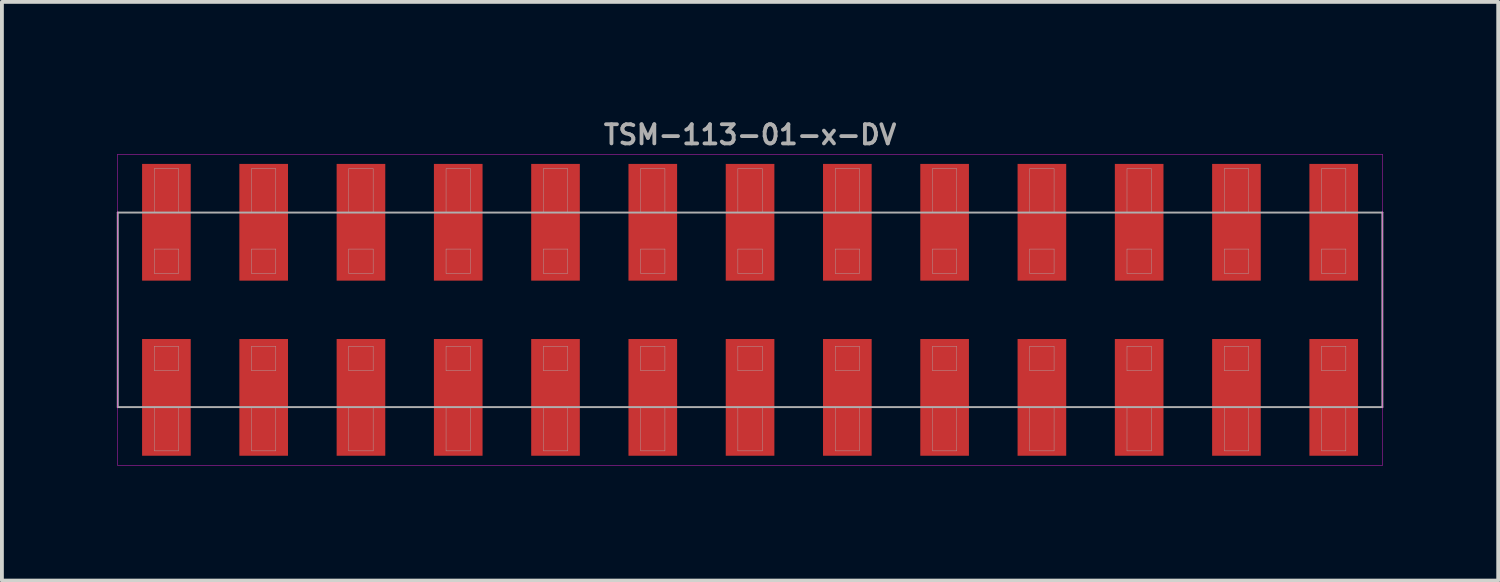
<source format=kicad_pcb>
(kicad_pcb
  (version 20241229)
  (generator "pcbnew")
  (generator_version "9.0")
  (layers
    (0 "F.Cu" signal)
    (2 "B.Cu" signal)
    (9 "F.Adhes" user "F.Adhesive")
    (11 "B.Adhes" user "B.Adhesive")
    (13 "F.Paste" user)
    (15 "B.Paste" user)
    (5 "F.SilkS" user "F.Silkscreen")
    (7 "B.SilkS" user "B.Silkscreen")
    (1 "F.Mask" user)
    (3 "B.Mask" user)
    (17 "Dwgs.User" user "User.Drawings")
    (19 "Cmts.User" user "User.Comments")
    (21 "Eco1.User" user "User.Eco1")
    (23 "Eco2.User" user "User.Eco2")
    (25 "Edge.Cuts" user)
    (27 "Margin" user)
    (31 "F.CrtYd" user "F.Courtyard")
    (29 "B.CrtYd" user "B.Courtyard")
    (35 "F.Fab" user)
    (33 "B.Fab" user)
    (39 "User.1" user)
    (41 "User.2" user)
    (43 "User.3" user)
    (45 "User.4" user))
  (footprint "TSM-113-01-x-DV"
    (layer "F.Cu")
    (at 16.535 5.04)
    (property "Reference" "TSM-113-01-x-DV" (at 0 -4.572 0) (layer "F.Fab") (effects (font (size 0.5 0.5) (thickness 0.1))))
    (attr smd)
    (fp_line (start -16.51 -4.064) (end -16.51 4.064) (stroke (width 0.01) (type solid)) (layer "F.CrtYd"))
    (fp_line (start -16.51 4.064) (end 16.51 4.064) (stroke (width 0.01) (type solid)) (layer "F.CrtYd"))
    (fp_line (start 16.51 -4.064) (end -16.51 -4.064) (stroke (width 0.01) (type solid)) (layer "F.CrtYd"))
    (fp_line (start 16.51 4.064) (end 16.51 -4.064) (stroke (width 0.01) (type solid)) (layer "F.CrtYd"))
    (fp_line (start -16.51 -2.54) (end 16.51 -2.54) (stroke (width 0.05) (type solid)) (layer "F.Fab"))
    (fp_line (start -16.51 2.54) (end -16.51 -2.54) (stroke (width 0.05) (type solid)) (layer "F.Fab"))
    (fp_line (start -15.557 -3.683) (end -14.922 -3.683) (stroke (width 0.01) (type solid)) (layer "F.Fab"))
    (fp_line (start -15.557 -2.54) (end -15.557 -3.683) (stroke (width 0.01) (type solid)) (layer "F.Fab"))
    (fp_line (start -15.557 -1.587) (end -15.557 -0.953) (stroke (width 0.01) (type solid)) (layer "F.Fab"))
    (fp_line (start -15.557 -0.953) (end -14.922 -0.953) (stroke (width 0.01) (type solid)) (layer "F.Fab"))
    (fp_line (start -15.557 0.953) (end -15.557 1.587) (stroke (width 0.01) (type solid)) (layer "F.Fab"))
    (fp_line (start -15.557 1.587) (end -14.922 1.587) (stroke (width 0.01) (type solid)) (layer "F.Fab"))
    (fp_line (start -15.557 3.683) (end -15.557 2.54) (stroke (width 0.01) (type solid)) (layer "F.Fab"))
    (fp_line (start -14.922 -3.683) (end -14.922 -2.54) (stroke (width 0.01) (type solid)) (layer "F.Fab"))
    (fp_line (start -14.922 -1.587) (end -15.557 -1.587) (stroke (width 0.01) (type solid)) (layer "F.Fab"))
    (fp_line (start -14.922 -0.953) (end -14.922 -1.587) (stroke (width 0.01) (type solid)) (layer "F.Fab"))
    (fp_line (start -14.922 0.953) (end -15.557 0.953) (stroke (width 0.01) (type solid)) (layer "F.Fab"))
    (fp_line (start -14.922 1.587) (end -14.922 0.953) (stroke (width 0.01) (type solid)) (layer "F.Fab"))
    (fp_line (start -14.922 2.54) (end -14.922 3.683) (stroke (width 0.01) (type solid)) (layer "F.Fab"))
    (fp_line (start -14.922 3.683) (end -15.557 3.683) (stroke (width 0.01) (type solid)) (layer "F.Fab"))
    (fp_line (start -13.018 -3.683) (end -12.383 -3.683) (stroke (width 0.01) (type solid)) (layer "F.Fab"))
    (fp_line (start -13.018 -2.54) (end -13.018 -3.683) (stroke (width 0.01) (type solid)) (layer "F.Fab"))
    (fp_line (start -13.018 -1.587) (end -13.018 -0.953) (stroke (width 0.01) (type solid)) (layer "F.Fab"))
    (fp_line (start -13.018 -0.953) (end -12.383 -0.953) (stroke (width 0.01) (type solid)) (layer "F.Fab"))
    (fp_line (start -13.018 0.953) (end -13.018 1.587) (stroke (width 0.01) (type solid)) (layer "F.Fab"))
    (fp_line (start -13.018 1.587) (end -12.383 1.587) (stroke (width 0.01) (type solid)) (layer "F.Fab"))
    (fp_line (start -13.018 3.683) (end -13.018 2.54) (stroke (width 0.01) (type solid)) (layer "F.Fab"))
    (fp_line (start -12.383 -3.683) (end -12.383 -2.54) (stroke (width 0.01) (type solid)) (layer "F.Fab"))
    (fp_line (start -12.383 -1.587) (end -13.018 -1.587) (stroke (width 0.01) (type solid)) (layer "F.Fab"))
    (fp_line (start -12.383 -0.953) (end -12.383 -1.587) (stroke (width 0.01) (type solid)) (layer "F.Fab"))
    (fp_line (start -12.383 0.953) (end -13.018 0.953) (stroke (width 0.01) (type solid)) (layer "F.Fab"))
    (fp_line (start -12.383 1.587) (end -12.383 0.953) (stroke (width 0.01) (type solid)) (layer "F.Fab"))
    (fp_line (start -12.383 2.54) (end -12.383 3.683) (stroke (width 0.01) (type solid)) (layer "F.Fab"))
    (fp_line (start -12.383 3.683) (end -13.018 3.683) (stroke (width 0.01) (type solid)) (layer "F.Fab"))
    (fp_line (start -10.477 -3.683) (end -9.842 -3.683) (stroke (width 0.01) (type solid)) (layer "F.Fab"))
    (fp_line (start -10.477 -2.54) (end -10.477 -3.683) (stroke (width 0.01) (type solid)) (layer "F.Fab"))
    (fp_line (start -10.477 -1.587) (end -10.477 -0.953) (stroke (width 0.01) (type solid)) (layer "F.Fab"))
    (fp_line (start -10.477 -0.953) (end -9.842 -0.953) (stroke (width 0.01) (type solid)) (layer "F.Fab"))
    (fp_line (start -10.477 0.953) (end -10.477 1.587) (stroke (width 0.01) (type solid)) (layer "F.Fab"))
    (fp_line (start -10.477 1.587) (end -9.842 1.587) (stroke (width 0.01) (type solid)) (layer "F.Fab"))
    (fp_line (start -10.477 3.683) (end -10.477 2.54) (stroke (width 0.01) (type solid)) (layer "F.Fab"))
    (fp_line (start -9.842 -3.683) (end -9.842 -2.54) (stroke (width 0.01) (type solid)) (layer "F.Fab"))
    (fp_line (start -9.842 -1.587) (end -10.477 -1.587) (stroke (width 0.01) (type solid)) (layer "F.Fab"))
    (fp_line (start -9.842 -0.953) (end -9.842 -1.587) (stroke (width 0.01) (type solid)) (layer "F.Fab"))
    (fp_line (start -9.842 0.953) (end -10.477 0.953) (stroke (width 0.01) (type solid)) (layer "F.Fab"))
    (fp_line (start -9.842 1.587) (end -9.842 0.953) (stroke (width 0.01) (type solid)) (layer "F.Fab"))
    (fp_line (start -9.842 2.54) (end -9.842 3.683) (stroke (width 0.01) (type solid)) (layer "F.Fab"))
    (fp_line (start -9.842 3.683) (end -10.477 3.683) (stroke (width 0.01) (type solid)) (layer "F.Fab"))
    (fp_line (start -7.938 -3.683) (end -7.303 -3.683) (stroke (width 0.01) (type solid)) (layer "F.Fab"))
    (fp_line (start -7.938 -2.54) (end -7.938 -3.683) (stroke (width 0.01) (type solid)) (layer "F.Fab"))
    (fp_line (start -7.938 -1.587) (end -7.938 -0.953) (stroke (width 0.01) (type solid)) (layer "F.Fab"))
    (fp_line (start -7.938 -0.953) (end -7.303 -0.953) (stroke (width 0.01) (type solid)) (layer "F.Fab"))
    (fp_line (start -7.938 0.953) (end -7.938 1.587) (stroke (width 0.01) (type solid)) (layer "F.Fab"))
    (fp_line (start -7.938 1.587) (end -7.303 1.587) (stroke (width 0.01) (type solid)) (layer "F.Fab"))
    (fp_line (start -7.938 3.683) (end -7.938 2.54) (stroke (width 0.01) (type solid)) (layer "F.Fab"))
    (fp_line (start -7.303 -3.683) (end -7.303 -2.54) (stroke (width 0.01) (type solid)) (layer "F.Fab"))
    (fp_line (start -7.303 -1.587) (end -7.938 -1.587) (stroke (width 0.01) (type solid)) (layer "F.Fab"))
    (fp_line (start -7.303 -0.953) (end -7.303 -1.587) (stroke (width 0.01) (type solid)) (layer "F.Fab"))
    (fp_line (start -7.303 0.953) (end -7.938 0.953) (stroke (width 0.01) (type solid)) (layer "F.Fab"))
    (fp_line (start -7.303 1.587) (end -7.303 0.953) (stroke (width 0.01) (type solid)) (layer "F.Fab"))
    (fp_line (start -7.303 2.54) (end -7.303 3.683) (stroke (width 0.01) (type solid)) (layer "F.Fab"))
    (fp_line (start -7.303 3.683) (end -7.938 3.683) (stroke (width 0.01) (type solid)) (layer "F.Fab"))
    (fp_line (start -5.397 -3.683) (end -4.763 -3.683) (stroke (width 0.01) (type solid)) (layer "F.Fab"))
    (fp_line (start -5.397 -2.54) (end -5.397 -3.683) (stroke (width 0.01) (type solid)) (layer "F.Fab"))
    (fp_line (start -5.397 -1.587) (end -5.397 -0.953) (stroke (width 0.01) (type solid)) (layer "F.Fab"))
    (fp_line (start -5.397 -0.953) (end -4.763 -0.953) (stroke (width 0.01) (type solid)) (layer "F.Fab"))
    (fp_line (start -5.397 0.953) (end -5.397 1.587) (stroke (width 0.01) (type solid)) (layer "F.Fab"))
    (fp_line (start -5.397 1.587) (end -4.763 1.587) (stroke (width 0.01) (type solid)) (layer "F.Fab"))
    (fp_line (start -5.397 3.683) (end -5.397 2.54) (stroke (width 0.01) (type solid)) (layer "F.Fab"))
    (fp_line (start -4.763 -3.683) (end -4.763 -2.54) (stroke (width 0.01) (type solid)) (layer "F.Fab"))
    (fp_line (start -4.763 -1.587) (end -5.397 -1.587) (stroke (width 0.01) (type solid)) (layer "F.Fab"))
    (fp_line (start -4.763 -0.953) (end -4.763 -1.587) (stroke (width 0.01) (type solid)) (layer "F.Fab"))
    (fp_line (start -4.763 0.953) (end -5.397 0.953) (stroke (width 0.01) (type solid)) (layer "F.Fab"))
    (fp_line (start -4.763 1.587) (end -4.763 0.953) (stroke (width 0.01) (type solid)) (layer "F.Fab"))
    (fp_line (start -4.763 2.54) (end -4.763 3.683) (stroke (width 0.01) (type solid)) (layer "F.Fab"))
    (fp_line (start -4.763 3.683) (end -5.397 3.683) (stroke (width 0.01) (type solid)) (layer "F.Fab"))
    (fp_line (start -2.857 -3.683) (end -2.223 -3.683) (stroke (width 0.01) (type solid)) (layer "F.Fab"))
    (fp_line (start -2.857 -2.54) (end -2.857 -3.683) (stroke (width 0.01) (type solid)) (layer "F.Fab"))
    (fp_line (start -2.857 -1.587) (end -2.857 -0.953) (stroke (width 0.01) (type solid)) (layer "F.Fab"))
    (fp_line (start -2.857 -0.953) (end -2.223 -0.953) (stroke (width 0.01) (type solid)) (layer "F.Fab"))
    (fp_line (start -2.857 0.953) (end -2.857 1.587) (stroke (width 0.01) (type solid)) (layer "F.Fab"))
    (fp_line (start -2.857 1.587) (end -2.223 1.587) (stroke (width 0.01) (type solid)) (layer "F.Fab"))
    (fp_line (start -2.857 3.683) (end -2.857 2.54) (stroke (width 0.01) (type solid)) (layer "F.Fab"))
    (fp_line (start -2.223 -3.683) (end -2.223 -2.54) (stroke (width 0.01) (type solid)) (layer "F.Fab"))
    (fp_line (start -2.223 -1.587) (end -2.857 -1.587) (stroke (width 0.01) (type solid)) (layer "F.Fab"))
    (fp_line (start -2.223 -0.953) (end -2.223 -1.587) (stroke (width 0.01) (type solid)) (layer "F.Fab"))
    (fp_line (start -2.223 0.953) (end -2.857 0.953) (stroke (width 0.01) (type solid)) (layer "F.Fab"))
    (fp_line (start -2.223 1.587) (end -2.223 0.953) (stroke (width 0.01) (type solid)) (layer "F.Fab"))
    (fp_line (start -2.223 2.54) (end -2.223 3.683) (stroke (width 0.01) (type solid)) (layer "F.Fab"))
    (fp_line (start -2.223 3.683) (end -2.857 3.683) (stroke (width 0.01) (type solid)) (layer "F.Fab"))
    (fp_line (start -0.318 -3.683) (end 0.318 -3.683) (stroke (width 0.01) (type solid)) (layer "F.Fab"))
    (fp_line (start -0.318 -2.54) (end -0.318 -3.683) (stroke (width 0.01) (type solid)) (layer "F.Fab"))
    (fp_line (start -0.318 -1.587) (end -0.318 -0.953) (stroke (width 0.01) (type solid)) (layer "F.Fab"))
    (fp_line (start -0.318 -0.953) (end 0.318 -0.953) (stroke (width 0.01) (type solid)) (layer "F.Fab"))
    (fp_line (start -0.318 0.953) (end -0.318 1.587) (stroke (width 0.01) (type solid)) (layer "F.Fab"))
    (fp_line (start -0.318 1.587) (end 0.318 1.587) (stroke (width 0.01) (type solid)) (layer "F.Fab"))
    (fp_line (start -0.318 3.683) (end -0.318 2.54) (stroke (width 0.01) (type solid)) (layer "F.Fab"))
    (fp_line (start 0.318 -3.683) (end 0.318 -2.54) (stroke (width 0.01) (type solid)) (layer "F.Fab"))
    (fp_line (start 0.318 -1.587) (end -0.318 -1.587) (stroke (width 0.01) (type solid)) (layer "F.Fab"))
    (fp_line (start 0.318 -0.953) (end 0.318 -1.587) (stroke (width 0.01) (type solid)) (layer "F.Fab"))
    (fp_line (start 0.318 0.953) (end -0.318 0.953) (stroke (width 0.01) (type solid)) (layer "F.Fab"))
    (fp_line (start 0.318 1.587) (end 0.318 0.953) (stroke (width 0.01) (type solid)) (layer "F.Fab"))
    (fp_line (start 0.318 2.54) (end 0.318 3.683) (stroke (width 0.01) (type solid)) (layer "F.Fab"))
    (fp_line (start 0.318 3.683) (end -0.318 3.683) (stroke (width 0.01) (type solid)) (layer "F.Fab"))
    (fp_line (start 2.223 -3.683) (end 2.857 -3.683) (stroke (width 0.01) (type solid)) (layer "F.Fab"))
    (fp_line (start 2.223 -2.54) (end 2.223 -3.683) (stroke (width 0.01) (type solid)) (layer "F.Fab"))
    (fp_line (start 2.223 -1.587) (end 2.223 -0.953) (stroke (width 0.01) (type solid)) (layer "F.Fab"))
    (fp_line (start 2.223 -0.953) (end 2.857 -0.953) (stroke (width 0.01) (type solid)) (layer "F.Fab"))
    (fp_line (start 2.223 0.953) (end 2.223 1.587) (stroke (width 0.01) (type solid)) (layer "F.Fab"))
    (fp_line (start 2.223 1.587) (end 2.857 1.587) (stroke (width 0.01) (type solid)) (layer "F.Fab"))
    (fp_line (start 2.223 3.683) (end 2.223 2.54) (stroke (width 0.01) (type solid)) (layer "F.Fab"))
    (fp_line (start 2.857 -3.683) (end 2.857 -2.54) (stroke (width 0.01) (type solid)) (layer "F.Fab"))
    (fp_line (start 2.857 -1.587) (end 2.223 -1.587) (stroke (width 0.01) (type solid)) (layer "F.Fab"))
    (fp_line (start 2.857 -0.953) (end 2.857 -1.587) (stroke (width 0.01) (type solid)) (layer "F.Fab"))
    (fp_line (start 2.857 0.953) (end 2.223 0.953) (stroke (width 0.01) (type solid)) (layer "F.Fab"))
    (fp_line (start 2.857 1.587) (end 2.857 0.953) (stroke (width 0.01) (type solid)) (layer "F.Fab"))
    (fp_line (start 2.857 2.54) (end 2.857 3.683) (stroke (width 0.01) (type solid)) (layer "F.Fab"))
    (fp_line (start 2.857 3.683) (end 2.223 3.683) (stroke (width 0.01) (type solid)) (layer "F.Fab"))
    (fp_line (start 4.763 -3.683) (end 5.397 -3.683) (stroke (width 0.01) (type solid)) (layer "F.Fab"))
    (fp_line (start 4.763 -2.54) (end 4.763 -3.683) (stroke (width 0.01) (type solid)) (layer "F.Fab"))
    (fp_line (start 4.763 -1.587) (end 4.763 -0.953) (stroke (width 0.01) (type solid)) (layer "F.Fab"))
    (fp_line (start 4.763 -0.953) (end 5.397 -0.953) (stroke (width 0.01) (type solid)) (layer "F.Fab"))
    (fp_line (start 4.763 0.953) (end 4.763 1.587) (stroke (width 0.01) (type solid)) (layer "F.Fab"))
    (fp_line (start 4.763 1.587) (end 5.397 1.587) (stroke (width 0.01) (type solid)) (layer "F.Fab"))
    (fp_line (start 4.763 3.683) (end 4.763 2.54) (stroke (width 0.01) (type solid)) (layer "F.Fab"))
    (fp_line (start 5.397 -3.683) (end 5.397 -2.54) (stroke (width 0.01) (type solid)) (layer "F.Fab"))
    (fp_line (start 5.397 -1.587) (end 4.763 -1.587) (stroke (width 0.01) (type solid)) (layer "F.Fab"))
    (fp_line (start 5.397 -0.953) (end 5.397 -1.587) (stroke (width 0.01) (type solid)) (layer "F.Fab"))
    (fp_line (start 5.397 0.953) (end 4.763 0.953) (stroke (width 0.01) (type solid)) (layer "F.Fab"))
    (fp_line (start 5.397 1.587) (end 5.397 0.953) (stroke (width 0.01) (type solid)) (layer "F.Fab"))
    (fp_line (start 5.397 2.54) (end 5.397 3.683) (stroke (width 0.01) (type solid)) (layer "F.Fab"))
    (fp_line (start 5.397 3.683) (end 4.763 3.683) (stroke (width 0.01) (type solid)) (layer "F.Fab"))
    (fp_line (start 7.303 -3.683) (end 7.938 -3.683) (stroke (width 0.01) (type solid)) (layer "F.Fab"))
    (fp_line (start 7.303 -2.54) (end 7.303 -3.683) (stroke (width 0.01) (type solid)) (layer "F.Fab"))
    (fp_line (start 7.303 -1.587) (end 7.303 -0.953) (stroke (width 0.01) (type solid)) (layer "F.Fab"))
    (fp_line (start 7.303 -0.953) (end 7.938 -0.953) (stroke (width 0.01) (type solid)) (layer "F.Fab"))
    (fp_line (start 7.303 0.953) (end 7.303 1.587) (stroke (width 0.01) (type solid)) (layer "F.Fab"))
    (fp_line (start 7.303 1.587) (end 7.938 1.587) (stroke (width 0.01) (type solid)) (layer "F.Fab"))
    (fp_line (start 7.303 3.683) (end 7.303 2.54) (stroke (width 0.01) (type solid)) (layer "F.Fab"))
    (fp_line (start 7.938 -3.683) (end 7.938 -2.54) (stroke (width 0.01) (type solid)) (layer "F.Fab"))
    (fp_line (start 7.938 -1.587) (end 7.303 -1.587) (stroke (width 0.01) (type solid)) (layer "F.Fab"))
    (fp_line (start 7.938 -0.953) (end 7.938 -1.587) (stroke (width 0.01) (type solid)) (layer "F.Fab"))
    (fp_line (start 7.938 0.953) (end 7.303 0.953) (stroke (width 0.01) (type solid)) (layer "F.Fab"))
    (fp_line (start 7.938 1.587) (end 7.938 0.953) (stroke (width 0.01) (type solid)) (layer "F.Fab"))
    (fp_line (start 7.938 2.54) (end 7.938 3.683) (stroke (width 0.01) (type solid)) (layer "F.Fab"))
    (fp_line (start 7.938 3.683) (end 7.303 3.683) (stroke (width 0.01) (type solid)) (layer "F.Fab"))
    (fp_line (start 9.842 -3.683) (end 10.477 -3.683) (stroke (width 0.01) (type solid)) (layer "F.Fab"))
    (fp_line (start 9.842 -2.54) (end 9.842 -3.683) (stroke (width 0.01) (type solid)) (layer "F.Fab"))
    (fp_line (start 9.842 -1.587) (end 9.842 -0.953) (stroke (width 0.01) (type solid)) (layer "F.Fab"))
    (fp_line (start 9.842 -0.953) (end 10.477 -0.953) (stroke (width 0.01) (type solid)) (layer "F.Fab"))
    (fp_line (start 9.842 0.953) (end 9.842 1.587) (stroke (width 0.01) (type solid)) (layer "F.Fab"))
    (fp_line (start 9.842 1.587) (end 10.477 1.587) (stroke (width 0.01) (type solid)) (layer "F.Fab"))
    (fp_line (start 9.842 3.683) (end 9.842 2.54) (stroke (width 0.01) (type solid)) (layer "F.Fab"))
    (fp_line (start 10.477 -3.683) (end 10.477 -2.54) (stroke (width 0.01) (type solid)) (layer "F.Fab"))
    (fp_line (start 10.477 -1.587) (end 9.842 -1.587) (stroke (width 0.01) (type solid)) (layer "F.Fab"))
    (fp_line (start 10.477 -0.953) (end 10.477 -1.587) (stroke (width 0.01) (type solid)) (layer "F.Fab"))
    (fp_line (start 10.477 0.953) (end 9.842 0.953) (stroke (width 0.01) (type solid)) (layer "F.Fab"))
    (fp_line (start 10.477 1.587) (end 10.477 0.953) (stroke (width 0.01) (type solid)) (layer "F.Fab"))
    (fp_line (start 10.477 2.54) (end 10.477 3.683) (stroke (width 0.01) (type solid)) (layer "F.Fab"))
    (fp_line (start 10.477 3.683) (end 9.842 3.683) (stroke (width 0.01) (type solid)) (layer "F.Fab"))
    (fp_line (start 12.383 -3.683) (end 13.018 -3.683) (stroke (width 0.01) (type solid)) (layer "F.Fab"))
    (fp_line (start 12.383 -2.54) (end 12.383 -3.683) (stroke (width 0.01) (type solid)) (layer "F.Fab"))
    (fp_line (start 12.383 -1.587) (end 12.383 -0.953) (stroke (width 0.01) (type solid)) (layer "F.Fab"))
    (fp_line (start 12.383 -0.953) (end 13.018 -0.953) (stroke (width 0.01) (type solid)) (layer "F.Fab"))
    (fp_line (start 12.383 0.953) (end 12.383 1.587) (stroke (width 0.01) (type solid)) (layer "F.Fab"))
    (fp_line (start 12.383 1.587) (end 13.018 1.587) (stroke (width 0.01) (type solid)) (layer "F.Fab"))
    (fp_line (start 12.383 3.683) (end 12.383 2.54) (stroke (width 0.01) (type solid)) (layer "F.Fab"))
    (fp_line (start 13.018 -3.683) (end 13.018 -2.54) (stroke (width 0.01) (type solid)) (layer "F.Fab"))
    (fp_line (start 13.018 -1.587) (end 12.383 -1.587) (stroke (width 0.01) (type solid)) (layer "F.Fab"))
    (fp_line (start 13.018 -0.953) (end 13.018 -1.587) (stroke (width 0.01) (type solid)) (layer "F.Fab"))
    (fp_line (start 13.018 0.953) (end 12.383 0.953) (stroke (width 0.01) (type solid)) (layer "F.Fab"))
    (fp_line (start 13.018 1.587) (end 13.018 0.953) (stroke (width 0.01) (type solid)) (layer "F.Fab"))
    (fp_line (start 13.018 2.54) (end 13.018 3.683) (stroke (width 0.01) (type solid)) (layer "F.Fab"))
    (fp_line (start 13.018 3.683) (end 12.383 3.683) (stroke (width 0.01) (type solid)) (layer "F.Fab"))
    (fp_line (start 14.922 -3.683) (end 15.557 -3.683) (stroke (width 0.01) (type solid)) (layer "F.Fab"))
    (fp_line (start 14.922 -2.54) (end 14.922 -3.683) (stroke (width 0.01) (type solid)) (layer "F.Fab"))
    (fp_line (start 14.922 -1.587) (end 14.922 -0.953) (stroke (width 0.01) (type solid)) (layer "F.Fab"))
    (fp_line (start 14.922 -0.953) (end 15.557 -0.953) (stroke (width 0.01) (type solid)) (layer "F.Fab"))
    (fp_line (start 14.922 0.953) (end 14.922 1.587) (stroke (width 0.01) (type solid)) (layer "F.Fab"))
    (fp_line (start 14.922 1.587) (end 15.557 1.587) (stroke (width 0.01) (type solid)) (layer "F.Fab"))
    (fp_line (start 14.922 3.683) (end 14.922 2.54) (stroke (width 0.01) (type solid)) (layer "F.Fab"))
    (fp_line (start 15.557 -3.683) (end 15.557 -2.54) (stroke (width 0.01) (type solid)) (layer "F.Fab"))
    (fp_line (start 15.557 -1.587) (end 14.922 -1.587) (stroke (width 0.01) (type solid)) (layer "F.Fab"))
    (fp_line (start 15.557 -0.953) (end 15.557 -1.587) (stroke (width 0.01) (type solid)) (layer "F.Fab"))
    (fp_line (start 15.557 0.953) (end 14.922 0.953) (stroke (width 0.01) (type solid)) (layer "F.Fab"))
    (fp_line (start 15.557 1.587) (end 15.557 0.953) (stroke (width 0.01) (type solid)) (layer "F.Fab"))
    (fp_line (start 15.557 2.54) (end 15.557 3.683) (stroke (width 0.01) (type solid)) (layer "F.Fab"))
    (fp_line (start 15.557 3.683) (end 14.922 3.683) (stroke (width 0.01) (type solid)) (layer "F.Fab"))
    (fp_line (start 16.51 -2.54) (end 16.51 2.54) (stroke (width 0.05) (type solid)) (layer "F.Fab"))
    (fp_line (start 16.51 2.54) (end -16.51 2.54) (stroke (width 0.05) (type solid)) (layer "F.Fab"))
    (pad "1" smd rect (at -15.24 2.286) (size 1.27 3.048) (layers "F.Cu" "F.Mask" "F.Paste"))
    (pad "2" smd rect (at -15.24 -2.286) (size 1.27 3.048) (layers "F.Cu" "F.Mask" "F.Paste"))
    (pad "3" smd rect (at -12.7 2.286) (size 1.27 3.048) (layers "F.Cu" "F.Mask" "F.Paste"))
    (pad "4" smd rect (at -12.7 -2.286) (size 1.27 3.048) (layers "F.Cu" "F.Mask" "F.Paste"))
    (pad "5" smd rect (at -10.16 2.286) (size 1.27 3.048) (layers "F.Cu" "F.Mask" "F.Paste"))
    (pad "6" smd rect (at -10.16 -2.286) (size 1.27 3.048) (layers "F.Cu" "F.Mask" "F.Paste"))
    (pad "7" smd rect (at -7.62 2.286) (size 1.27 3.048) (layers "F.Cu" "F.Mask" "F.Paste"))
    (pad "8" smd rect (at -7.62 -2.286) (size 1.27 3.048) (layers "F.Cu" "F.Mask" "F.Paste"))
    (pad "9" smd rect (at -5.08 2.286) (size 1.27 3.048) (layers "F.Cu" "F.Mask" "F.Paste"))
    (pad "10" smd rect (at -5.08 -2.286) (size 1.27 3.048) (layers "F.Cu" "F.Mask" "F.Paste"))
    (pad "11" smd rect (at -2.54 2.286) (size 1.27 3.048) (layers "F.Cu" "F.Mask" "F.Paste"))
    (pad "12" smd rect (at -2.54 -2.286) (size 1.27 3.048) (layers "F.Cu" "F.Mask" "F.Paste"))
    (pad "13" smd rect (at 0 2.286) (size 1.27 3.048) (layers "F.Cu" "F.Mask" "F.Paste"))
    (pad "14" smd rect (at 0 -2.286) (size 1.27 3.048) (layers "F.Cu" "F.Mask" "F.Paste"))
    (pad "15" smd rect (at 2.54 2.286) (size 1.27 3.048) (layers "F.Cu" "F.Mask" "F.Paste"))
    (pad "16" smd rect (at 2.54 -2.286) (size 1.27 3.048) (layers "F.Cu" "F.Mask" "F.Paste"))
    (pad "17" smd rect (at 5.08 2.286) (size 1.27 3.048) (layers "F.Cu" "F.Mask" "F.Paste"))
    (pad "18" smd rect (at 5.08 -2.286) (size 1.27 3.048) (layers "F.Cu" "F.Mask" "F.Paste"))
    (pad "19" smd rect (at 7.62 2.286) (size 1.27 3.048) (layers "F.Cu" "F.Mask" "F.Paste"))
    (pad "20" smd rect (at 7.62 -2.286) (size 1.27 3.048) (layers "F.Cu" "F.Mask" "F.Paste"))
    (pad "21" smd rect (at 10.16 2.286) (size 1.27 3.048) (layers "F.Cu" "F.Mask" "F.Paste"))
    (pad "22" smd rect (at 10.16 -2.286) (size 1.27 3.048) (layers "F.Cu" "F.Mask" "F.Paste"))
    (pad "23" smd rect (at 12.7 2.286) (size 1.27 3.048) (layers "F.Cu" "F.Mask" "F.Paste"))
    (pad "24" smd rect (at 12.7 -2.286) (size 1.27 3.048) (layers "F.Cu" "F.Mask" "F.Paste"))
    (pad "25" smd rect (at 15.24 2.286) (size 1.27 3.048) (layers "F.Cu" "F.Mask" "F.Paste"))
    (pad "26" smd rect (at 15.24 -2.286) (size 1.27 3.048) (layers "F.Cu" "F.Mask" "F.Paste")))
  (gr_rect
    (start -3 -3)
    (end 36.07 12.109)
    (stroke (width 0.1) (type default))
    (fill no)
    (layer "Edge.Cuts")))
</source>
